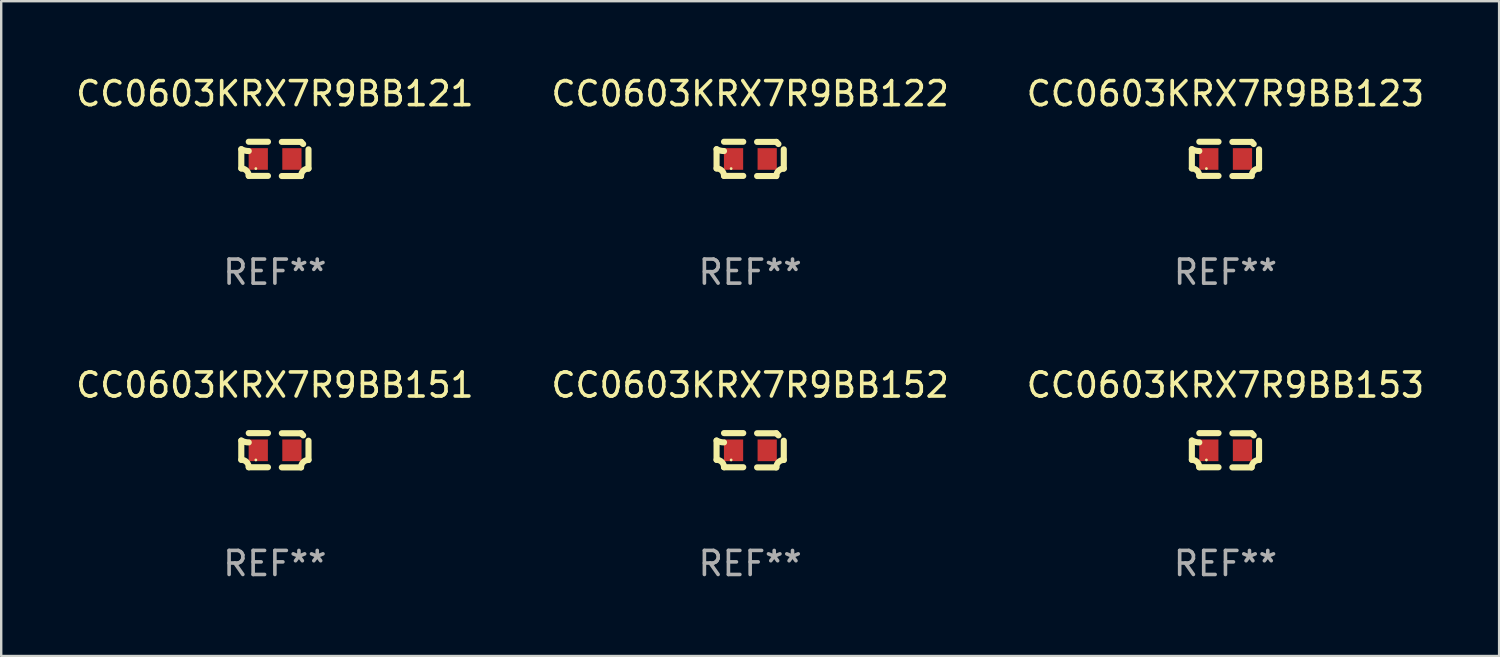
<source format=kicad_pcb>
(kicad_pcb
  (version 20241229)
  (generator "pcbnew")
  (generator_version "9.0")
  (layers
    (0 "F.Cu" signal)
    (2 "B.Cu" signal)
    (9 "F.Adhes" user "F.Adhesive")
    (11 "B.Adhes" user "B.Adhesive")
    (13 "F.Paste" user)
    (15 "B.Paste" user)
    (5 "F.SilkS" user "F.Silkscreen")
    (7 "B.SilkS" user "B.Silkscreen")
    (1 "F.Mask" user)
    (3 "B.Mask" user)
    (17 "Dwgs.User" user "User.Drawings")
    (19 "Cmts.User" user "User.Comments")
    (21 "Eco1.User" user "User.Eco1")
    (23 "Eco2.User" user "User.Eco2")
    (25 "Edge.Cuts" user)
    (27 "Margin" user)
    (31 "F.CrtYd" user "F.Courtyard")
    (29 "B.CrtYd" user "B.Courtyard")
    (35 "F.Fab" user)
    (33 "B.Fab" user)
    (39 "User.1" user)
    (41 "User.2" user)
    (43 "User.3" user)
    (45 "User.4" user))
  (footprint "CC0603KRX7R9BB122"
    (layer "F.Cu")
    (at 28.161 3.561)
    (property "Reference" "CC0603KRX7R9BB122" (at 0 -2.713 0) (layer "F.SilkS") (effects (font (size 1 1) (thickness 0.15))))
    (attr through_hole)
    (fp_line (start -1.398 -0.403) (end -1.398 0.397) (stroke (width 0.254) (type solid)) (layer "F.SilkS"))
    (fp_line (start -0.288 -0.713) (end -1.088 -0.713) (stroke (width 0.254) (type solid)) (layer "F.SilkS"))
    (fp_line (start -0.288 0.707) (end -1.088 0.707) (stroke (width 0.254) (type solid)) (layer "F.SilkS"))
    (fp_line (start 0.288 -0.707) (end 1.088 -0.707) (stroke (width 0.254) (type solid)) (layer "F.SilkS"))
    (fp_line (start 0.288 0.713) (end 1.088 0.713) (stroke (width 0.254) (type solid)) (layer "F.SilkS"))
    (fp_line (start 1.398 -0.397) (end 1.398 0.403) (stroke (width 0.254) (type solid)) (layer "F.SilkS"))
    (fp_arc (start -1.397789 0.397066) (mid -1.178701 0.487826) (end -1.08796 0.706922) (stroke (width 0.254001) (type solid)) (layer "F.SilkS"))
    (fp_arc (start -1.08796 -0.327176) (mid -1.247436 -0.346384) (end -1.39779 -0.402908) (stroke (width 0.254001) (type solid)) (layer "F.SilkS"))
    (fp_arc (start 1.087909 0.712738) (mid 1.178656 0.493655) (end 1.397739 0.402908) (stroke (width 0.254001) (type solid)) (layer "F.SilkS"))
    (fp_arc (start 1.175925 -0.618926) (mid 1.131917 -0.662923) (end 1.08791 -0.706922) (stroke (width 0.254001) (type solid)) (layer "F.SilkS"))
    (fp_circle (center -0.792 0.403) (end -0.762 0.403) (stroke (width 0.06) (type solid)) (fill no) (layer "F.SilkS"))
    (fp_text user "REF**" (at 0 4.713 0) (layer "F.Fab") (effects (font (size 1 1) (thickness 0.15))))
    (pad "1" smd rect (at -0.692 0.003) (size 0.8 0.9) (layers "F.Cu" "F.Mask" "F.Paste"))
    (pad "2" smd rect (at 0.708 0.003) (size 0.8 0.9) (layers "F.Cu" "F.Mask" "F.Paste")))
  (footprint "CC0603KRX7R9BB152"
    (layer "F.Cu")
    (at 28.161 15.683)
    (property "Reference" "CC0603KRX7R9BB152" (at 0 -2.713 0) (layer "F.SilkS") (effects (font (size 1 1) (thickness 0.15))))
    (attr through_hole)
    (fp_line (start -1.398 -0.403) (end -1.398 0.397) (stroke (width 0.254) (type solid)) (layer "F.SilkS"))
    (fp_line (start -0.288 -0.713) (end -1.088 -0.713) (stroke (width 0.254) (type solid)) (layer "F.SilkS"))
    (fp_line (start -0.288 0.707) (end -1.088 0.707) (stroke (width 0.254) (type solid)) (layer "F.SilkS"))
    (fp_line (start 0.288 -0.707) (end 1.088 -0.707) (stroke (width 0.254) (type solid)) (layer "F.SilkS"))
    (fp_line (start 0.288 0.713) (end 1.088 0.713) (stroke (width 0.254) (type solid)) (layer "F.SilkS"))
    (fp_line (start 1.398 -0.397) (end 1.398 0.403) (stroke (width 0.254) (type solid)) (layer "F.SilkS"))
    (fp_arc (start -1.397789 0.397066) (mid -1.178701 0.487826) (end -1.08796 0.706922) (stroke (width 0.254001) (type solid)) (layer "F.SilkS"))
    (fp_arc (start -1.08796 -0.327176) (mid -1.247436 -0.346384) (end -1.39779 -0.402908) (stroke (width 0.254001) (type solid)) (layer "F.SilkS"))
    (fp_arc (start 1.087909 0.712738) (mid 1.178656 0.493655) (end 1.397739 0.402908) (stroke (width 0.254001) (type solid)) (layer "F.SilkS"))
    (fp_arc (start 1.175925 -0.618926) (mid 1.131917 -0.662923) (end 1.08791 -0.706922) (stroke (width 0.254001) (type solid)) (layer "F.SilkS"))
    (fp_circle (center -0.792 0.403) (end -0.762 0.403) (stroke (width 0.06) (type solid)) (fill no) (layer "F.SilkS"))
    (fp_text user "REF**" (at 0 4.713 0) (layer "F.Fab") (effects (font (size 1 1) (thickness 0.15))))
    (pad "1" smd rect (at -0.692 0.003) (size 0.8 0.9) (layers "F.Cu" "F.Mask" "F.Paste"))
    (pad "2" smd rect (at 0.708 0.003) (size 0.8 0.9) (layers "F.Cu" "F.Mask" "F.Paste")))
  (footprint "CC0603KRX7R9BB123"
    (layer "F.Cu")
    (at 47.935 3.561)
    (property "Reference" "CC0603KRX7R9BB123" (at 0 -2.713 0) (layer "F.SilkS") (effects (font (size 1 1) (thickness 0.15))))
    (attr through_hole)
    (fp_line (start -1.398 -0.403) (end -1.398 0.397) (stroke (width 0.254) (type solid)) (layer "F.SilkS"))
    (fp_line (start -0.288 -0.713) (end -1.088 -0.713) (stroke (width 0.254) (type solid)) (layer "F.SilkS"))
    (fp_line (start -0.288 0.707) (end -1.088 0.707) (stroke (width 0.254) (type solid)) (layer "F.SilkS"))
    (fp_line (start 0.288 -0.707) (end 1.088 -0.707) (stroke (width 0.254) (type solid)) (layer "F.SilkS"))
    (fp_line (start 0.288 0.713) (end 1.088 0.713) (stroke (width 0.254) (type solid)) (layer "F.SilkS"))
    (fp_line (start 1.398 -0.397) (end 1.398 0.403) (stroke (width 0.254) (type solid)) (layer "F.SilkS"))
    (fp_arc (start -1.397789 0.397066) (mid -1.178701 0.487826) (end -1.08796 0.706922) (stroke (width 0.254001) (type solid)) (layer "F.SilkS"))
    (fp_arc (start -1.08796 -0.327176) (mid -1.247436 -0.346384) (end -1.39779 -0.402908) (stroke (width 0.254001) (type solid)) (layer "F.SilkS"))
    (fp_arc (start 1.087909 0.712738) (mid 1.178656 0.493655) (end 1.397739 0.402908) (stroke (width 0.254001) (type solid)) (layer "F.SilkS"))
    (fp_arc (start 1.175925 -0.618926) (mid 1.131917 -0.662923) (end 1.08791 -0.706922) (stroke (width 0.254001) (type solid)) (layer "F.SilkS"))
    (fp_circle (center -0.792 0.403) (end -0.762 0.403) (stroke (width 0.06) (type solid)) (fill no) (layer "F.SilkS"))
    (fp_text user "REF**" (at 0 4.713 0) (layer "F.Fab") (effects (font (size 1 1) (thickness 0.15))))
    (pad "1" smd rect (at -0.692 0.003) (size 0.8 0.9) (layers "F.Cu" "F.Mask" "F.Paste"))
    (pad "2" smd rect (at 0.708 0.003) (size 0.8 0.9) (layers "F.Cu" "F.Mask" "F.Paste")))
  (footprint "CC0603KRX7R9BB151"
    (layer "F.Cu")
    (at 8.387 15.683)
    (property "Reference" "CC0603KRX7R9BB151" (at 0 -2.713 0) (layer "F.SilkS") (effects (font (size 1 1) (thickness 0.15))))
    (attr through_hole)
    (fp_line (start -1.398 -0.403) (end -1.398 0.397) (stroke (width 0.254) (type solid)) (layer "F.SilkS"))
    (fp_line (start -0.288 -0.713) (end -1.088 -0.713) (stroke (width 0.254) (type solid)) (layer "F.SilkS"))
    (fp_line (start -0.288 0.707) (end -1.088 0.707) (stroke (width 0.254) (type solid)) (layer "F.SilkS"))
    (fp_line (start 0.288 -0.707) (end 1.088 -0.707) (stroke (width 0.254) (type solid)) (layer "F.SilkS"))
    (fp_line (start 0.288 0.713) (end 1.088 0.713) (stroke (width 0.254) (type solid)) (layer "F.SilkS"))
    (fp_line (start 1.398 -0.397) (end 1.398 0.403) (stroke (width 0.254) (type solid)) (layer "F.SilkS"))
    (fp_arc (start -1.397789 0.397066) (mid -1.178701 0.487826) (end -1.08796 0.706922) (stroke (width 0.254001) (type solid)) (layer "F.SilkS"))
    (fp_arc (start -1.08796 -0.327176) (mid -1.247436 -0.346384) (end -1.39779 -0.402908) (stroke (width 0.254001) (type solid)) (layer "F.SilkS"))
    (fp_arc (start 1.087909 0.712738) (mid 1.178656 0.493655) (end 1.397739 0.402908) (stroke (width 0.254001) (type solid)) (layer "F.SilkS"))
    (fp_arc (start 1.175925 -0.618926) (mid 1.131917 -0.662923) (end 1.08791 -0.706922) (stroke (width 0.254001) (type solid)) (layer "F.SilkS"))
    (fp_circle (center -0.792 0.403) (end -0.762 0.403) (stroke (width 0.06) (type solid)) (fill no) (layer "F.SilkS"))
    (fp_text user "REF**" (at 0 4.713 0) (layer "F.Fab") (effects (font (size 1 1) (thickness 0.15))))
    (pad "1" smd rect (at -0.692 0.003) (size 0.8 0.9) (layers "F.Cu" "F.Mask" "F.Paste"))
    (pad "2" smd rect (at 0.708 0.003) (size 0.8 0.9) (layers "F.Cu" "F.Mask" "F.Paste")))
  (footprint "CC0603KRX7R9BB121"
    (layer "F.Cu")
    (at 8.387 3.561)
    (property "Reference" "CC0603KRX7R9BB121" (at 0 -2.713 0) (layer "F.SilkS") (effects (font (size 1 1) (thickness 0.15))))
    (attr through_hole)
    (fp_line (start -1.398 -0.403) (end -1.398 0.397) (stroke (width 0.254) (type solid)) (layer "F.SilkS"))
    (fp_line (start -0.288 -0.713) (end -1.088 -0.713) (stroke (width 0.254) (type solid)) (layer "F.SilkS"))
    (fp_line (start -0.288 0.707) (end -1.088 0.707) (stroke (width 0.254) (type solid)) (layer "F.SilkS"))
    (fp_line (start 0.288 -0.707) (end 1.088 -0.707) (stroke (width 0.254) (type solid)) (layer "F.SilkS"))
    (fp_line (start 0.288 0.713) (end 1.088 0.713) (stroke (width 0.254) (type solid)) (layer "F.SilkS"))
    (fp_line (start 1.398 -0.397) (end 1.398 0.403) (stroke (width 0.254) (type solid)) (layer "F.SilkS"))
    (fp_arc (start -1.397789 0.397066) (mid -1.178701 0.487826) (end -1.08796 0.706922) (stroke (width 0.254001) (type solid)) (layer "F.SilkS"))
    (fp_arc (start -1.08796 -0.327176) (mid -1.247436 -0.346384) (end -1.39779 -0.402908) (stroke (width 0.254001) (type solid)) (layer "F.SilkS"))
    (fp_arc (start 1.087909 0.712738) (mid 1.178656 0.493655) (end 1.397739 0.402908) (stroke (width 0.254001) (type solid)) (layer "F.SilkS"))
    (fp_arc (start 1.175925 -0.618926) (mid 1.131917 -0.662923) (end 1.08791 -0.706922) (stroke (width 0.254001) (type solid)) (layer "F.SilkS"))
    (fp_circle (center -0.792 0.403) (end -0.762 0.403) (stroke (width 0.06) (type solid)) (fill no) (layer "F.SilkS"))
    (fp_text user "REF**" (at 0 4.713 0) (layer "F.Fab") (effects (font (size 1 1) (thickness 0.15))))
    (pad "1" smd rect (at -0.692 0.003) (size 0.8 0.9) (layers "F.Cu" "F.Mask" "F.Paste"))
    (pad "2" smd rect (at 0.708 0.003) (size 0.8 0.9) (layers "F.Cu" "F.Mask" "F.Paste")))
  (footprint "CC0603KRX7R9BB153"
    (layer "F.Cu")
    (at 47.935 15.683)
    (property "Reference" "CC0603KRX7R9BB153" (at 0 -2.713 0) (layer "F.SilkS") (effects (font (size 1 1) (thickness 0.15))))
    (attr through_hole)
    (fp_line (start -1.398 -0.403) (end -1.398 0.397) (stroke (width 0.254) (type solid)) (layer "F.SilkS"))
    (fp_line (start -0.288 -0.713) (end -1.088 -0.713) (stroke (width 0.254) (type solid)) (layer "F.SilkS"))
    (fp_line (start -0.288 0.707) (end -1.088 0.707) (stroke (width 0.254) (type solid)) (layer "F.SilkS"))
    (fp_line (start 0.288 -0.707) (end 1.088 -0.707) (stroke (width 0.254) (type solid)) (layer "F.SilkS"))
    (fp_line (start 0.288 0.713) (end 1.088 0.713) (stroke (width 0.254) (type solid)) (layer "F.SilkS"))
    (fp_line (start 1.398 -0.397) (end 1.398 0.403) (stroke (width 0.254) (type solid)) (layer "F.SilkS"))
    (fp_arc (start -1.397789 0.397066) (mid -1.178701 0.487826) (end -1.08796 0.706922) (stroke (width 0.254001) (type solid)) (layer "F.SilkS"))
    (fp_arc (start -1.08796 -0.327176) (mid -1.247436 -0.346384) (end -1.39779 -0.402908) (stroke (width 0.254001) (type solid)) (layer "F.SilkS"))
    (fp_arc (start 1.087909 0.712738) (mid 1.178656 0.493655) (end 1.397739 0.402908) (stroke (width 0.254001) (type solid)) (layer "F.SilkS"))
    (fp_arc (start 1.175925 -0.618926) (mid 1.131917 -0.662923) (end 1.08791 -0.706922) (stroke (width 0.254001) (type solid)) (layer "F.SilkS"))
    (fp_circle (center -0.792 0.403) (end -0.762 0.403) (stroke (width 0.06) (type solid)) (fill no) (layer "F.SilkS"))
    (fp_text user "REF**" (at 0 4.713 0) (layer "F.Fab") (effects (font (size 1 1) (thickness 0.15))))
    (pad "1" smd rect (at -0.692 0.003) (size 0.8 0.9) (layers "F.Cu" "F.Mask" "F.Paste"))
    (pad "2" smd rect (at 0.708 0.003) (size 0.8 0.9) (layers "F.Cu" "F.Mask" "F.Paste")))
  (gr_rect
    (start -3 -3)
    (end 59.321 24.244)
    (stroke (width 0.1) (type default))
    (fill no)
    (layer "Edge.Cuts")))
</source>
